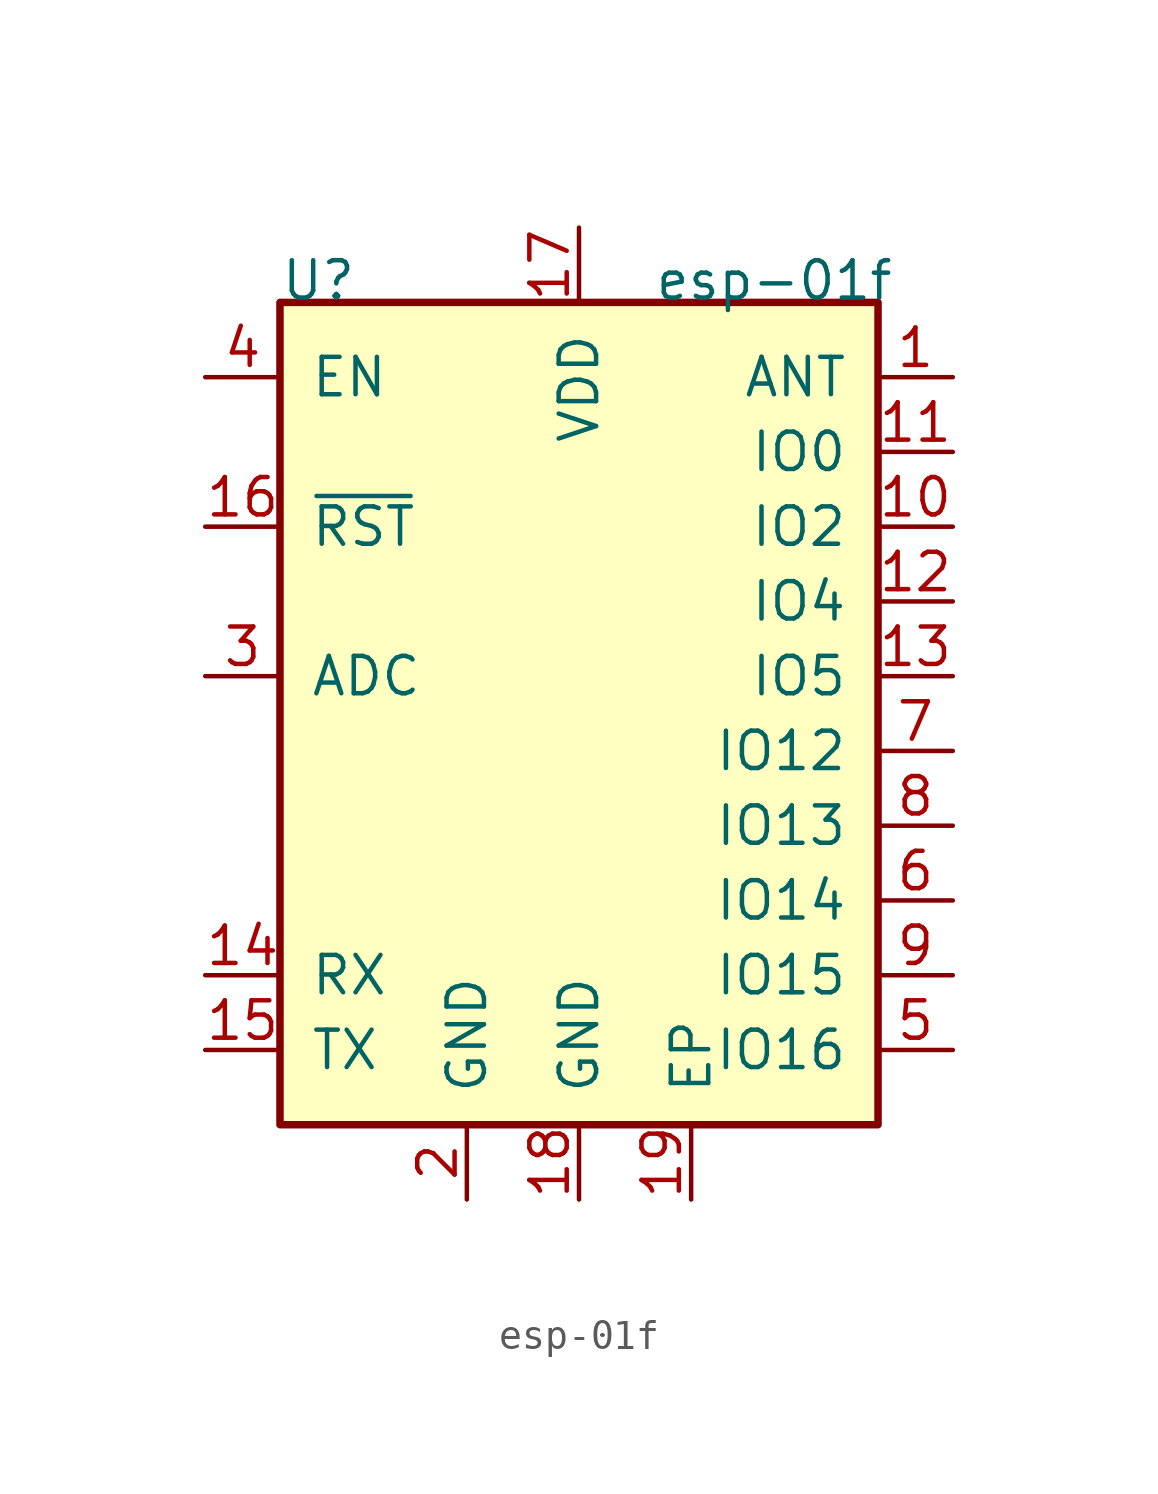
<source format=kicad_sym>
(kicad_symbol_lib
  (version 20211014)
  (generator kicad_symbol_editor)
  (symbol "esp-01f"
    (pin_names
      (offset 1.016))
    (property "Reference" "U"
      (at -10.16 13.97 0)
      (effects (font (size 1.27 1.27)) (justify left bottom)))
    (property "Value" "esp-01f"
      (at 2.54 13.97 0)
      (effects (font (size 1.27 1.27)) (justify left bottom)))
    (symbol "esp-01f_0_0"
      (rectangle (start -10.16 13.97) (end 10.16 -13.97) (stroke (width 0.254) (type default) (color 0 0 0 0)) (fill (type background)))
      (pin bidirectional line (at 12.7 11.43 180) (length 2.54) (name "ANT" (effects (font (size 1.27 1.27)))) (number "1" (effects (font (size 1.27 1.27)))))
      (pin bidirectional line (at 12.7 6.35 180) (length 2.54) (name "IO2" (effects (font (size 1.27 1.27)))) (number "10" (effects (font (size 1.27 1.27)))))
      (pin bidirectional line (at 12.7 8.89 180) (length 2.54) (name "IO0" (effects (font (size 1.27 1.27)))) (number "11" (effects (font (size 1.27 1.27)))))
      (pin bidirectional line (at 12.7 3.81 180) (length 2.54) (name "IO4" (effects (font (size 1.27 1.27)))) (number "12" (effects (font (size 1.27 1.27)))))
      (pin bidirectional line (at 12.7 1.27 180) (length 2.54) (name "IO5" (effects (font (size 1.27 1.27)))) (number "13" (effects (font (size 1.27 1.27)))))
      (pin input line (at -12.7 -8.89 0) (length 2.54) (name "RX" (effects (font (size 1.27 1.27)))) (number "14" (effects (font (size 1.27 1.27)))))
      (pin output line (at -12.7 -11.43 0) (length 2.54) (name "TX" (effects (font (size 1.27 1.27)))) (number "15" (effects (font (size 1.27 1.27)))))
      (pin input line (at -12.7 6.35 0) (length 2.54) (name "~{RST}" (effects (font (size 1.27 1.27)))) (number "16" (effects (font (size 1.27 1.27)))))
      (pin power_in line (at 0 16.51 270) (length 2.54) (name "VDD" (effects (font (size 1.27 1.27)))) (number "17" (effects (font (size 1.27 1.27)))))
      (pin power_in line (at 0 -16.51 90) (length 2.54) (name "GND" (effects (font (size 1.27 1.27)))) (number "18" (effects (font (size 1.27 1.27)))))
      (pin passive line (at 3.81 -16.51 90) (length 2.54) (name "EP" (effects (font (size 1.27 1.27)))) (number "19" (effects (font (size 1.27 1.27)))))
      (pin power_in line (at -3.81 -16.51 90) (length 2.54) (name "GND" (effects (font (size 1.27 1.27)))) (number "2" (effects (font (size 1.27 1.27)))))
      (pin input line (at -12.7 1.27 0) (length 2.54) (name "ADC" (effects (font (size 1.27 1.27)))) (number "3" (effects (font (size 1.27 1.27)))))
      (pin input line (at -12.7 11.43 0) (length 2.54) (name "EN" (effects (font (size 1.27 1.27)))) (number "4" (effects (font (size 1.27 1.27)))))
      (pin bidirectional line (at 12.7 -11.43 180) (length 2.54) (name "IO16" (effects (font (size 1.27 1.27)))) (number "5" (effects (font (size 1.27 1.27)))))
      (pin bidirectional line (at 12.7 -6.35 180) (length 2.54) (name "IO14" (effects (font (size 1.27 1.27)))) (number "6" (effects (font (size 1.27 1.27)))))
      (pin bidirectional line (at 12.7 -1.27 180) (length 2.54) (name "IO12" (effects (font (size 1.27 1.27)))) (number "7" (effects (font (size 1.27 1.27)))))
      (pin bidirectional line (at 12.7 -3.81 180) (length 2.54) (name "IO13" (effects (font (size 1.27 1.27)))) (number "8" (effects (font (size 1.27 1.27)))))
      (pin bidirectional line (at 12.7 -8.89 180) (length 2.54) (name "IO15" (effects (font (size 1.27 1.27)))) (number "9" (effects (font (size 1.27 1.27))))))))
</source>
